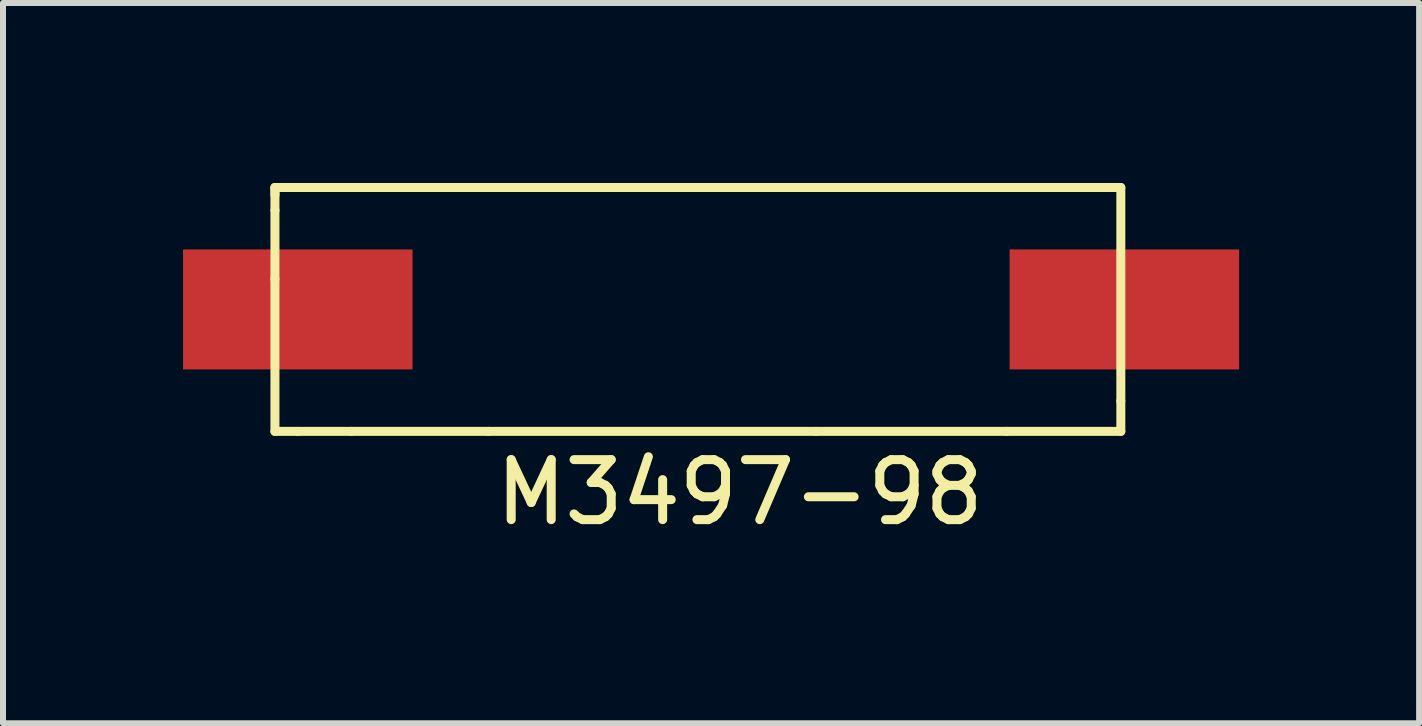
<source format=kicad_pcb>
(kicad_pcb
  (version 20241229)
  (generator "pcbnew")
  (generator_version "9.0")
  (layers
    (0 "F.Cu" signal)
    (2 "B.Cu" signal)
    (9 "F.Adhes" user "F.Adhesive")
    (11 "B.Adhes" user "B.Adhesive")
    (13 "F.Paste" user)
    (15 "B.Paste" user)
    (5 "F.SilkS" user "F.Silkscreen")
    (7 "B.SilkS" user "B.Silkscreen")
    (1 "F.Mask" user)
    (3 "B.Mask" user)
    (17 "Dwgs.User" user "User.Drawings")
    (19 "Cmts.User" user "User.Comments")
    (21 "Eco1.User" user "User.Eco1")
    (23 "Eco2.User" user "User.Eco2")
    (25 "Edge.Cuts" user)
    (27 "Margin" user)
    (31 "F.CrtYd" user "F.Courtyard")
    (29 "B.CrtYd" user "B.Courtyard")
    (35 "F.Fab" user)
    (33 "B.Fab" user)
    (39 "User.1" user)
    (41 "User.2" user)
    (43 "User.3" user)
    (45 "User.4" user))
  (footprint "M3497-98"
    (layer "F.Cu")
    (at 8.517 2.488)
    (property "Reference" "M3497-98" (at 0.762 2.667 0) (layer "F.SilkS") (effects (font (size 1 1) (thickness 0.15))))
    (attr through_hole)
    (fp_line (start -6.985 -2.413) (end -6.985 -2.286) (stroke (width 0.15) (type solid)) (layer "F.SilkS"))
    (fp_line (start -6.985 -2.032) (end -6.985 -2.413) (stroke (width 0.15) (type solid)) (layer "F.SilkS"))
    (fp_line (start -6.985 -0.889) (end -6.985 -2.032) (stroke (width 0.15) (type solid)) (layer "F.SilkS"))
    (fp_line (start -6.985 1.651) (end -6.985 -0.889) (stroke (width 0.15) (type solid)) (layer "F.SilkS"))
    (fp_line (start -6.604 1.651) (end -6.985 1.651) (stroke (width 0.15) (type solid)) (layer "F.SilkS"))
    (fp_line (start -5.715 1.651) (end -6.604 1.651) (stroke (width 0.15) (type solid)) (layer "F.SilkS"))
    (fp_line (start -3.429 1.651) (end -5.715 1.651) (stroke (width 0.15) (type solid)) (layer "F.SilkS"))
    (fp_line (start -0.762 -2.413) (end -6.985 -2.413) (stroke (width 0.15) (type solid)) (layer "F.SilkS"))
    (fp_line (start -0.762 -2.413) (end 2.667 -2.413) (stroke (width 0.15) (type solid)) (layer "F.SilkS"))
    (fp_line (start 2.032 1.651) (end -3.429 1.651) (stroke (width 0.15) (type solid)) (layer "F.SilkS"))
    (fp_line (start 2.667 -2.413) (end 6.985 -2.413) (stroke (width 0.15) (type solid)) (layer "F.SilkS"))
    (fp_line (start 5.207 1.651) (end 2.032 1.651) (stroke (width 0.15) (type solid)) (layer "F.SilkS"))
    (fp_line (start 6.985 -2.413) (end 7.112 -2.413) (stroke (width 0.15) (type solid)) (layer "F.SilkS"))
    (fp_line (start 7.112 -2.413) (end 7.112 1.143) (stroke (width 0.15) (type solid)) (layer "F.SilkS"))
    (fp_line (start 7.112 1.143) (end 7.112 1.651) (stroke (width 0.15) (type solid)) (layer "F.SilkS"))
    (fp_line (start 7.112 1.651) (end 5.207 1.651) (stroke (width 0.15) (type solid)) (layer "F.SilkS"))
    (pad "1" smd rect (at -6.604 -0.381) (size 3.825 2) (layers "F.Cu" "F.Mask" "F.Paste"))
    (pad "1" smd rect (at 7.171 -0.381) (size 3.825 2) (layers "F.Cu" "F.Mask" "F.Paste")))
  (gr_rect
    (start -3 -3)
    (end 20.6 9.003)
    (stroke (width 0.1) (type default))
    (fill no)
    (layer "Edge.Cuts")))
</source>
